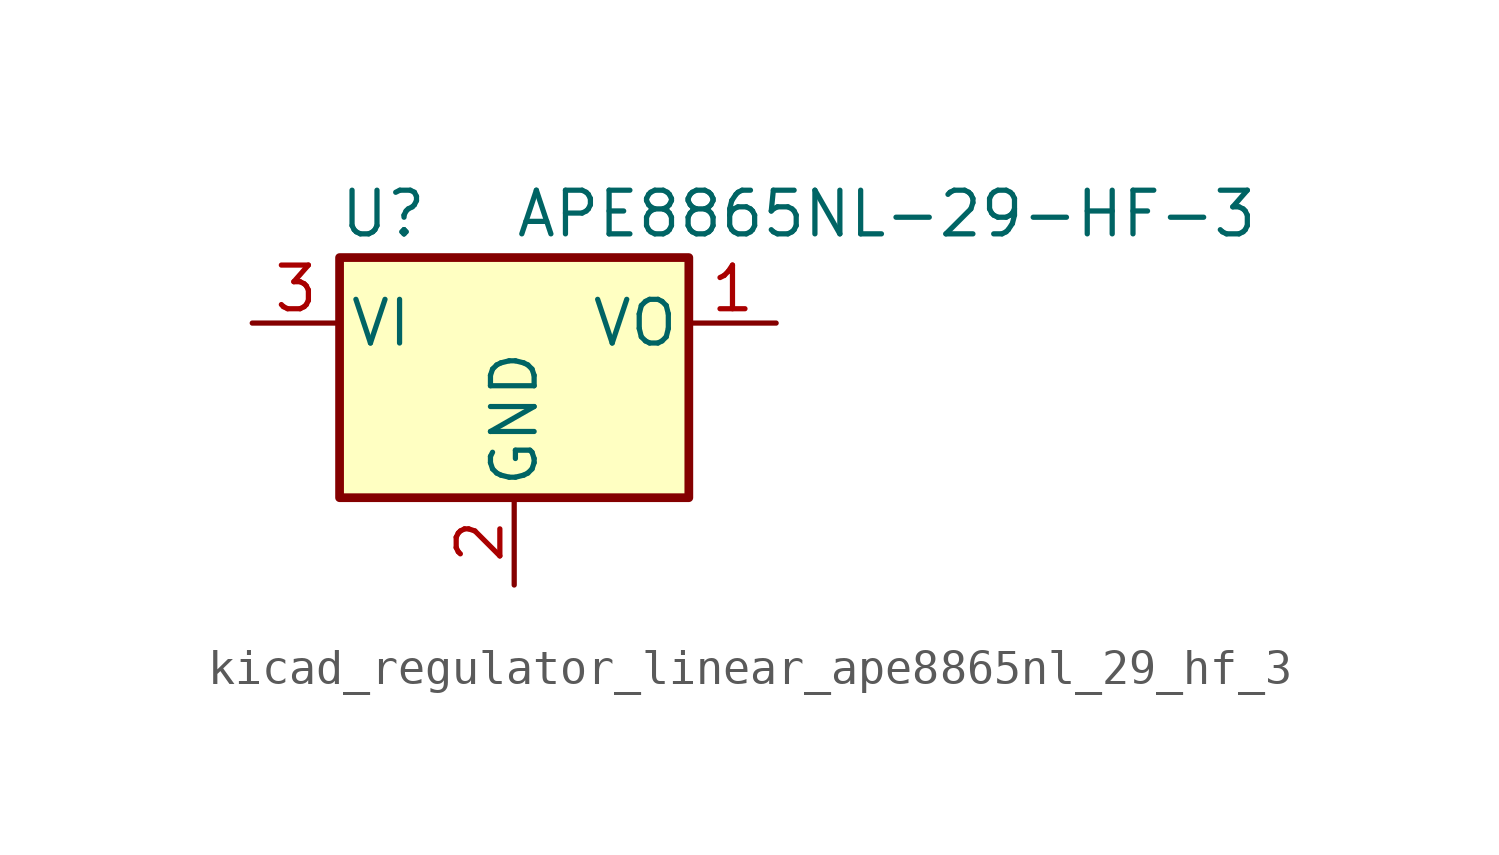
<source format=kicad_sym>
(kicad_symbol_lib
  (version 20220914)
  (generator kicad_symbol_editor)
  (symbol "kicad_regulator_linear_ape8865nl_29_hf_3"
    (pin_names
      (offset 0.254))
    (property "Reference" "U"
      (at -3.81 3.175 0)
      (effects (font (size 1.27 1.27))))
    (property "Value" "APE8865NL-29-HF-3"
      (at 0 3.175 0)
      (effects (font (size 1.27 1.27)) (justify left)))
    (symbol "kicad_regulator_linear_ape8865nl_29_hf_3_0_1"
      (rectangle (start -5.08 1.905) (end 5.08 -5.08) (stroke (width 0.254) (type default)) (fill (type background))))
    (symbol "kicad_regulator_linear_ape8865nl_29_hf_3_1_1"
      (pin power_out line (at 7.62 0 180) (length 2.54) (name "VO" (effects (font (size 1.27 1.27)))) (number "1" (effects (font (size 1.27 1.27)))))
      (pin power_in line (at 0 -7.62 90) (length 2.54) (name "GND" (effects (font (size 1.27 1.27)))) (number "2" (effects (font (size 1.27 1.27)))))
      (pin power_in line (at -7.62 0 0) (length 2.54) (name "VI" (effects (font (size 1.27 1.27)))) (number "3" (effects (font (size 1.27 1.27))))))))
</source>
